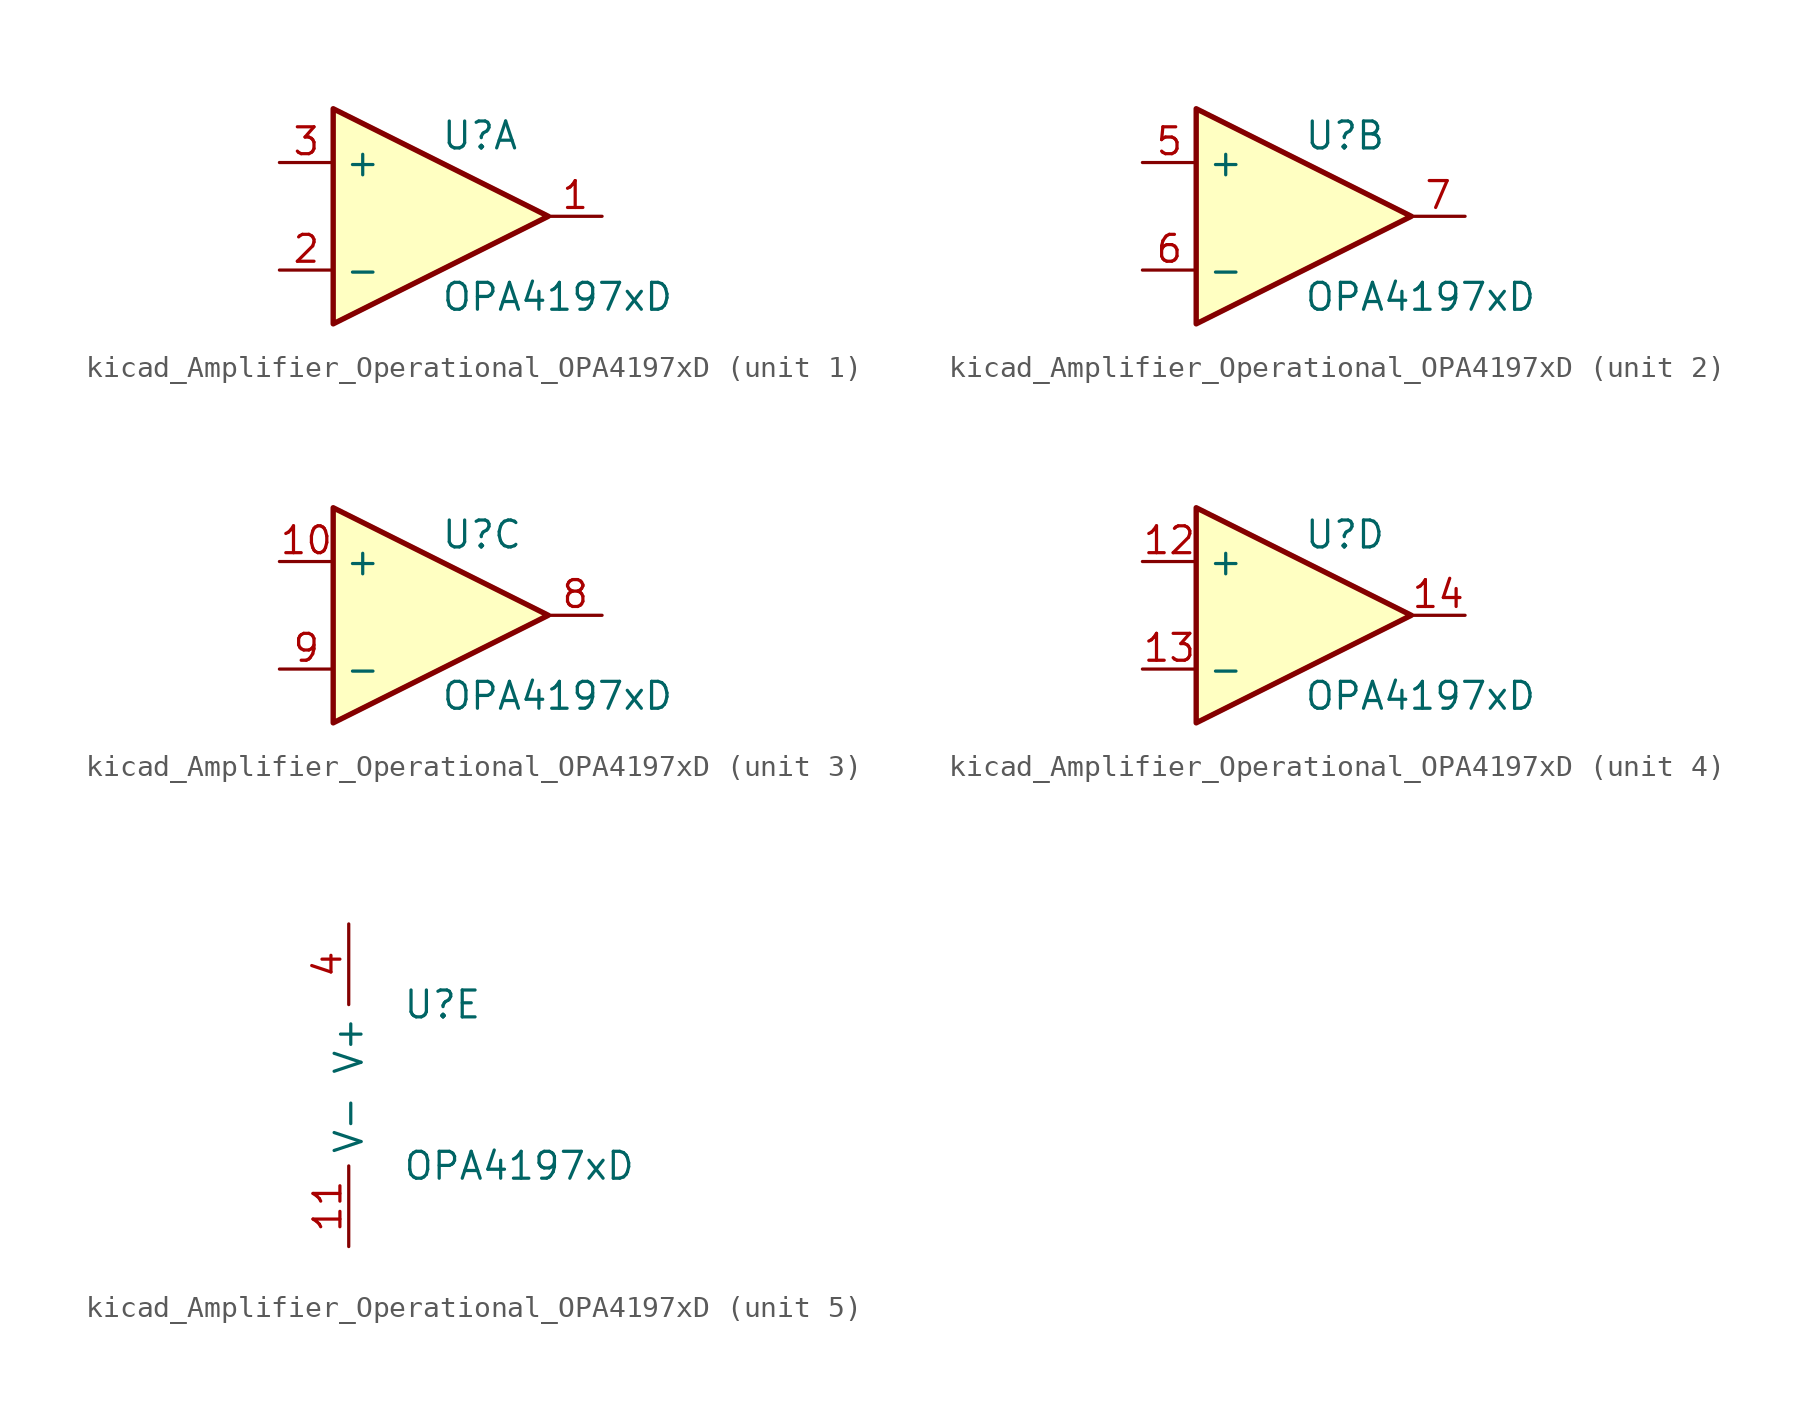
<source format=kicad_sym>
(kicad_symbol_lib
  (version 20220914)
  (generator kicad_symbol_editor)
  (symbol "kicad_Amplifier_Operational_OPA4197xD"
    (property "Reference" "U"
      (at 0 3.81 0)
      (effects (font (size 1.27 1.27)) (justify left)))
    (property "Value" "OPA4197xD"
      (at 0 -3.81 0)
      (effects (font (size 1.27 1.27)) (justify left)))
    (property "ki_locked" ""
      (at 0 0 0)
      (effects (font (size 1.27 1.27))))
    (symbol "kicad_Amplifier_Operational_OPA4197xD_1_1"
      (polyline (pts (xy -5.08 5.08) (xy 5.08 0) (xy -5.08 -5.08) (xy -5.08 5.08)) (stroke (width 0.254) (type default)) (fill (type background)))
      (pin output line (at 7.62 0 180) (length 2.54) (name "~" (effects (font (size 1.27 1.27)))) (number "1" (effects (font (size 1.27 1.27)))))
      (pin input line (at -7.62 -2.54 0) (length 2.54) (name "-" (effects (font (size 1.27 1.27)))) (number "2" (effects (font (size 1.27 1.27)))))
      (pin input line (at -7.62 2.54 0) (length 2.54) (name "+" (effects (font (size 1.27 1.27)))) (number "3" (effects (font (size 1.27 1.27))))))
    (symbol "kicad_Amplifier_Operational_OPA4197xD_2_1"
      (polyline (pts (xy -5.08 5.08) (xy 5.08 0) (xy -5.08 -5.08) (xy -5.08 5.08)) (stroke (width 0.254) (type default)) (fill (type background)))
      (pin input line (at -7.62 2.54 0) (length 2.54) (name "+" (effects (font (size 1.27 1.27)))) (number "5" (effects (font (size 1.27 1.27)))))
      (pin input line (at -7.62 -2.54 0) (length 2.54) (name "-" (effects (font (size 1.27 1.27)))) (number "6" (effects (font (size 1.27 1.27)))))
      (pin output line (at 7.62 0 180) (length 2.54) (name "~" (effects (font (size 1.27 1.27)))) (number "7" (effects (font (size 1.27 1.27))))))
    (symbol "kicad_Amplifier_Operational_OPA4197xD_3_1"
      (polyline (pts (xy -5.08 5.08) (xy 5.08 0) (xy -5.08 -5.08) (xy -5.08 5.08)) (stroke (width 0.254) (type default)) (fill (type background)))
      (pin input line (at -7.62 2.54 0) (length 2.54) (name "+" (effects (font (size 1.27 1.27)))) (number "10" (effects (font (size 1.27 1.27)))))
      (pin output line (at 7.62 0 180) (length 2.54) (name "~" (effects (font (size 1.27 1.27)))) (number "8" (effects (font (size 1.27 1.27)))))
      (pin input line (at -7.62 -2.54 0) (length 2.54) (name "-" (effects (font (size 1.27 1.27)))) (number "9" (effects (font (size 1.27 1.27))))))
    (symbol "kicad_Amplifier_Operational_OPA4197xD_4_1"
      (polyline (pts (xy -5.08 5.08) (xy 5.08 0) (xy -5.08 -5.08) (xy -5.08 5.08)) (stroke (width 0.254) (type default)) (fill (type background)))
      (pin input line (at -7.62 2.54 0) (length 2.54) (name "+" (effects (font (size 1.27 1.27)))) (number "12" (effects (font (size 1.27 1.27)))))
      (pin input line (at -7.62 -2.54 0) (length 2.54) (name "-" (effects (font (size 1.27 1.27)))) (number "13" (effects (font (size 1.27 1.27)))))
      (pin output line (at 7.62 0 180) (length 2.54) (name "~" (effects (font (size 1.27 1.27)))) (number "14" (effects (font (size 1.27 1.27))))))
    (symbol "kicad_Amplifier_Operational_OPA4197xD_5_1"
      (pin power_in line (at -2.54 -7.62 90) (length 3.81) (name "V-" (effects (font (size 1.27 1.27)))) (number "11" (effects (font (size 1.27 1.27)))))
      (pin power_in line (at -2.54 7.62 270) (length 3.81) (name "V+" (effects (font (size 1.27 1.27)))) (number "4" (effects (font (size 1.27 1.27))))))))
</source>
